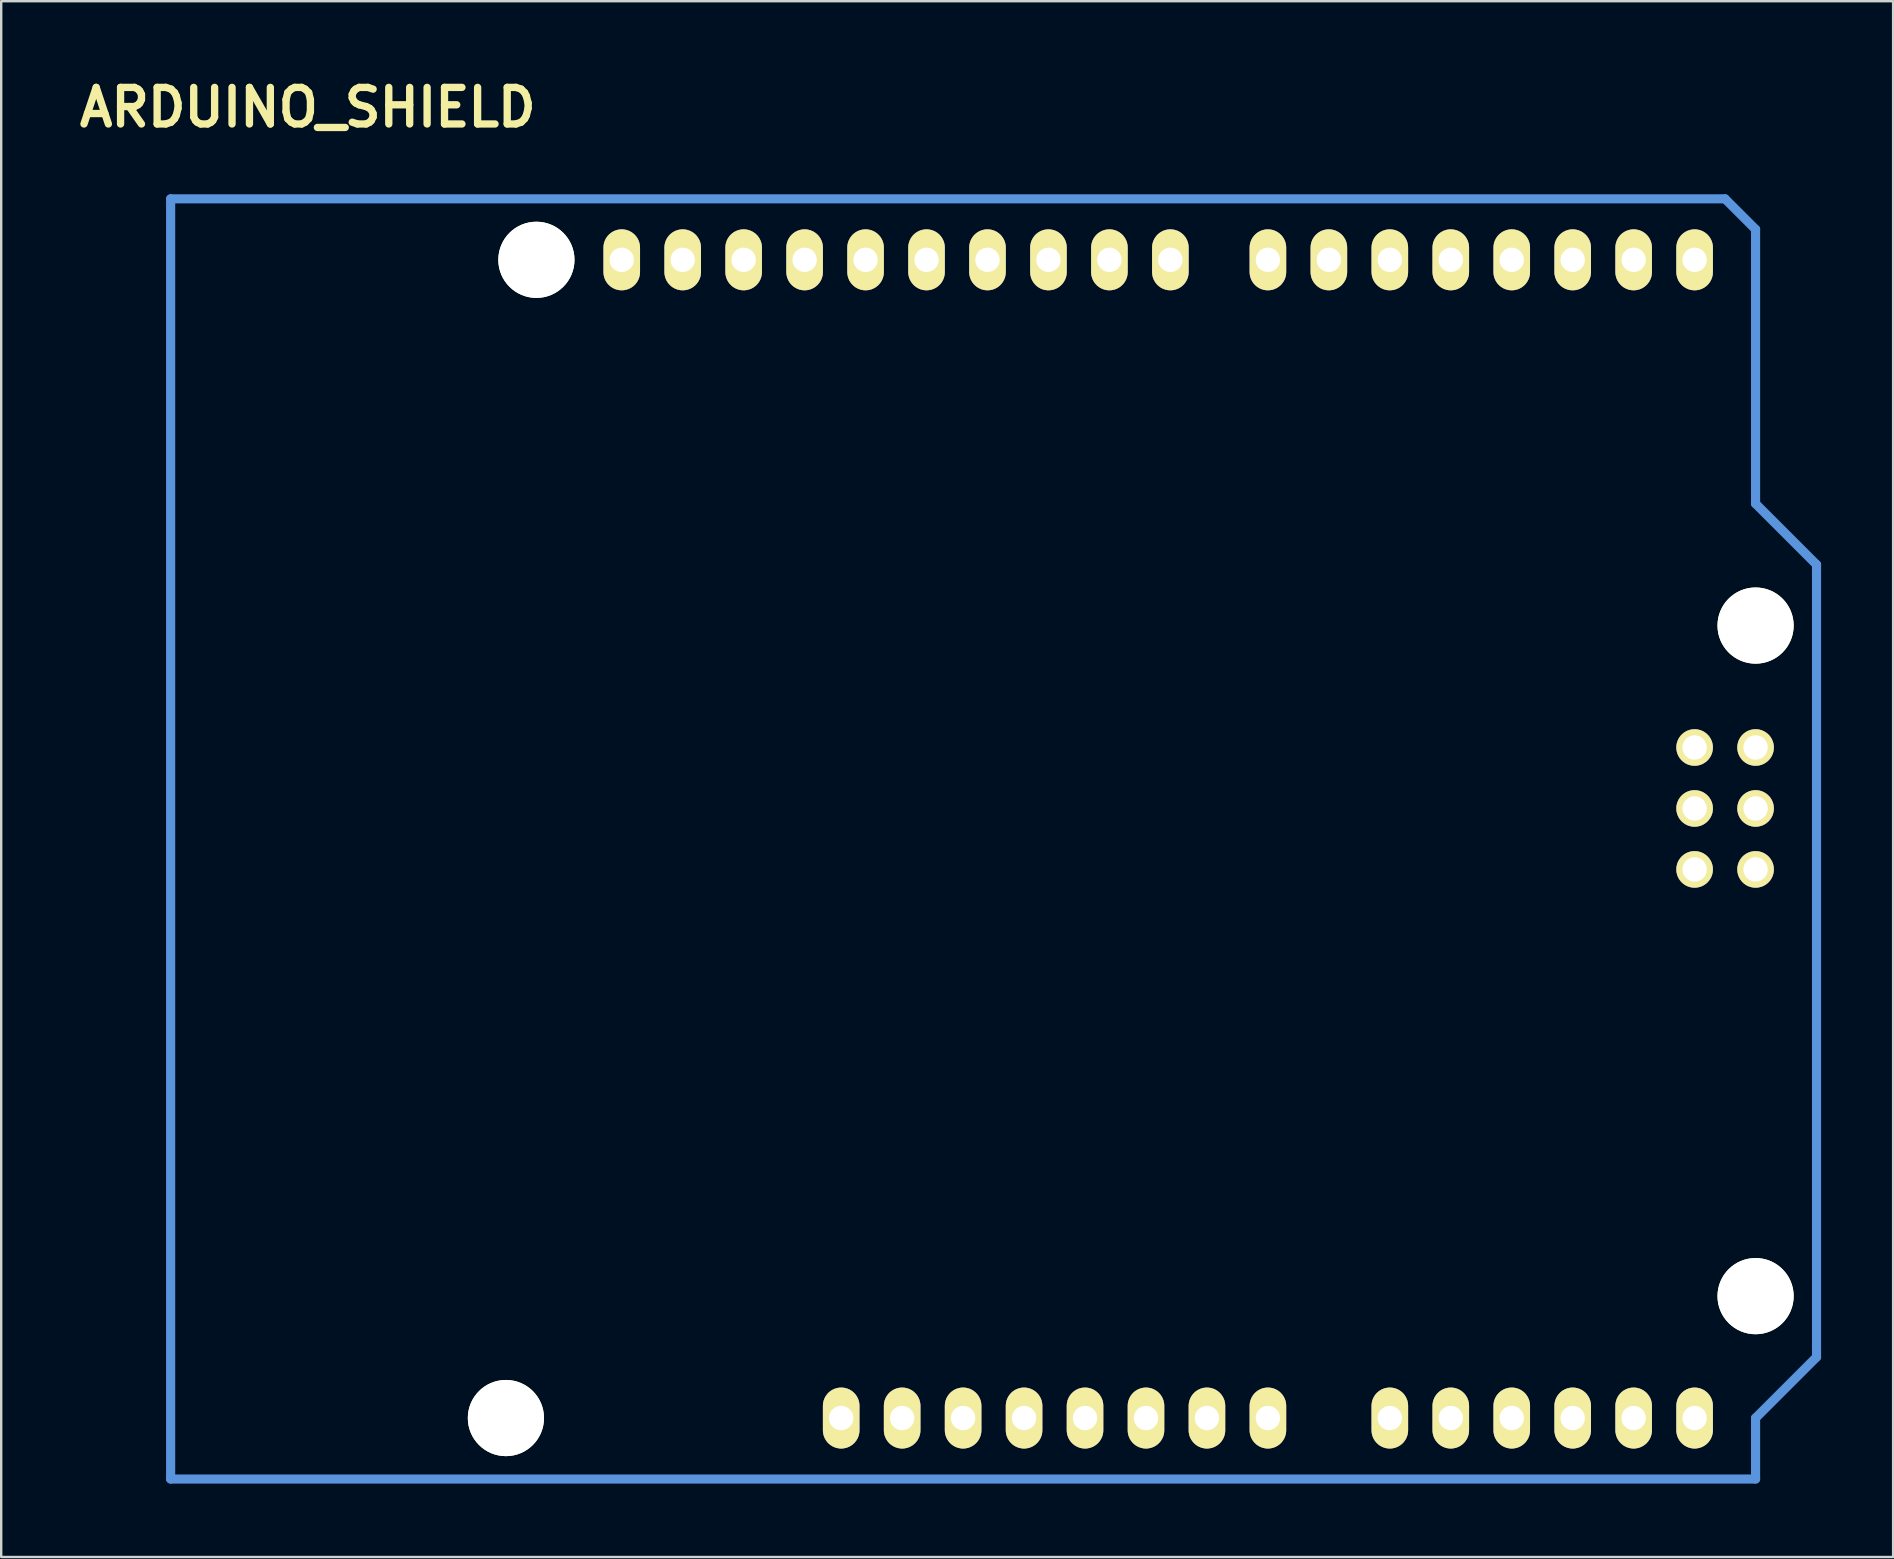
<source format=kicad_pcb>
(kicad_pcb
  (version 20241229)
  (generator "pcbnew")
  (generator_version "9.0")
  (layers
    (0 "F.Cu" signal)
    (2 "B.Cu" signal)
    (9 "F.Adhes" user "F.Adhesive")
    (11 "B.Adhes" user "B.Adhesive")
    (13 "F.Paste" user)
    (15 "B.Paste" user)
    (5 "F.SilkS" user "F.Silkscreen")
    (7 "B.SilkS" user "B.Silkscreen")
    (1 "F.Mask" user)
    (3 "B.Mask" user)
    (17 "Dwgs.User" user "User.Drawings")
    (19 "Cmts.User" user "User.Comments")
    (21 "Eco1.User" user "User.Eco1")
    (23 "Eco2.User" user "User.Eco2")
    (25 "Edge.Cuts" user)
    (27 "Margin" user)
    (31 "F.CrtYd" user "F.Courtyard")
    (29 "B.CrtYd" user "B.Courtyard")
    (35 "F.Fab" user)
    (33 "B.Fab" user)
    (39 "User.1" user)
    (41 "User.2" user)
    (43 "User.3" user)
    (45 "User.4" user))
  (footprint "ARDUINO_SHIELD"
    (layer "F.Cu")
    (at 4.06 58.576)
    (property "Reference" "ARDUINO_SHIELD" (at 5.715 -57.15 0) (layer "F.SilkS") (effects (font (size 1.524 1.524) (thickness 0.305))))
    (attr through_hole)
    (fp_line (start 0 0) (end 0 -53.34) (stroke (width 0.381) (type solid)) (layer "Cmts.User"))
    (fp_line (start 64.77 -53.34) (end 0 -53.34) (stroke (width 0.381) (type solid)) (layer "Cmts.User"))
    (fp_line (start 66.04 -52.07) (end 64.77 -53.34) (stroke (width 0.381) (type solid)) (layer "Cmts.User"))
    (fp_line (start 66.04 -40.64) (end 66.04 -52.07) (stroke (width 0.381) (type solid)) (layer "Cmts.User"))
    (fp_line (start 66.04 -40.64) (end 68.58 -38.1) (stroke (width 0.381) (type solid)) (layer "Cmts.User"))
    (fp_line (start 66.04 -2.54) (end 66.04 0) (stroke (width 0.381) (type solid)) (layer "Cmts.User"))
    (fp_line (start 66.04 0) (end 0 0) (stroke (width 0.381) (type solid)) (layer "Cmts.User"))
    (fp_line (start 68.58 -38.1) (end 68.58 -5.08) (stroke (width 0.381) (type solid)) (layer "Cmts.User"))
    (fp_line (start 68.58 -5.08) (end 66.04 -2.54) (stroke (width 0.381) (type solid)) (layer "Cmts.User"))
    (pad "" np_thru_hole circle (at 13.97 -2.54 90) (size 3.175 3.175) (drill 3.175) (layers "*.Cu" "*.Mask" "F.SilkS"))
    (pad "" np_thru_hole circle (at 15.24 -50.8 90) (size 3.175 3.175) (drill 3.175) (layers "*.Cu" "*.Mask" "F.SilkS"))
    (pad "" np_thru_hole circle (at 66.04 -35.56 90) (size 3.175 3.175) (drill 3.175) (layers "*.Cu" "*.Mask" "F.SilkS"))
    (pad "" np_thru_hole circle (at 66.04 -7.62 90) (size 3.175 3.175) (drill 3.175) (layers "*.Cu" "*.Mask" "F.SilkS"))
    (pad "0" thru_hole oval (at 63.5 -50.8 90) (size 2.54 1.524) (drill 1.016) (layers "*.Cu" "*.Mask" "F.SilkS"))
    (pad "1" thru_hole oval (at 60.96 -50.8 90) (size 2.54 1.524) (drill 1.016) (layers "*.Cu" "*.Mask" "F.SilkS"))
    (pad "2" thru_hole oval (at 58.42 -50.8 90) (size 2.54 1.524) (drill 1.016) (layers "*.Cu" "*.Mask" "F.SilkS"))
    (pad "3" thru_hole oval (at 55.88 -50.8 90) (size 2.54 1.524) (drill 1.016) (layers "*.Cu" "*.Mask" "F.SilkS"))
    (pad "3V3" thru_hole oval (at 35.56 -2.54 90) (size 2.54 1.524) (drill 1.016) (layers "*.Cu" "*.Mask" "F.SilkS"))
    (pad "4" thru_hole oval (at 53.34 -50.8 90) (size 2.54 1.524) (drill 1.016) (layers "*.Cu" "*.Mask" "F.SilkS"))
    (pad "5" thru_hole oval (at 50.8 -50.8 90) (size 2.54 1.524) (drill 1.016) (layers "*.Cu" "*.Mask" "F.SilkS"))
    (pad "5V" thru_hole oval (at 38.1 -2.54 90) (size 2.54 1.524) (drill 1.016) (layers "*.Cu" "*.Mask" "F.SilkS"))
    (pad "6" thru_hole oval (at 48.26 -50.8 90) (size 2.54 1.524) (drill 1.016) (layers "*.Cu" "*.Mask" "F.SilkS"))
    (pad "7" thru_hole oval (at 45.72 -50.8 90) (size 2.54 1.524) (drill 1.016) (layers "*.Cu" "*.Mask" "F.SilkS"))
    (pad "8" thru_hole oval (at 41.656 -50.8 90) (size 2.54 1.524) (drill 1.016) (layers "*.Cu" "*.Mask" "F.SilkS"))
    (pad "9" thru_hole oval (at 39.116 -50.8 90) (size 2.54 1.524) (drill 1.016) (layers "*.Cu" "*.Mask" "F.SilkS"))
    (pad "10" thru_hole oval (at 36.576 -50.8 90) (size 2.54 1.524) (drill 1.016) (layers "*.Cu" "*.Mask" "F.SilkS"))
    (pad "11" thru_hole oval (at 34.036 -50.8 90) (size 2.54 1.524) (drill 1.016) (layers "*.Cu" "*.Mask" "F.SilkS"))
    (pad "12" thru_hole oval (at 31.496 -50.8 90) (size 2.54 1.524) (drill 1.016) (layers "*.Cu" "*.Mask" "F.SilkS"))
    (pad "13" thru_hole oval (at 28.956 -50.8 90) (size 2.54 1.524) (drill 1.016) (layers "*.Cu" "*.Mask" "F.SilkS"))
    (pad "AD0" thru_hole oval (at 50.8 -2.54 90) (size 2.54 1.524) (drill 1.016) (layers "*.Cu" "*.Mask" "F.SilkS"))
    (pad "AD1" thru_hole oval (at 53.34 -2.54 90) (size 2.54 1.524) (drill 1.016) (layers "*.Cu" "*.Mask" "F.SilkS"))
    (pad "AD2" thru_hole oval (at 55.88 -2.54 90) (size 2.54 1.524) (drill 1.016) (layers "*.Cu" "*.Mask" "F.SilkS"))
    (pad "AD3" thru_hole oval (at 58.42 -2.54 90) (size 2.54 1.524) (drill 1.016) (layers "*.Cu" "*.Mask" "F.SilkS"))
    (pad "AD4" thru_hole oval (at 60.96 -2.54 90) (size 2.54 1.524) (drill 1.016) (layers "*.Cu" "*.Mask" "F.SilkS"))
    (pad "AD5" thru_hole oval (at 63.5 -2.54 90) (size 2.54 1.524) (drill 1.016) (layers "*.Cu" "*.Mask" "F.SilkS"))
    (pad "AREF" thru_hole oval (at 23.876 -50.8 90) (size 2.54 1.524) (drill 1.016) (layers "*.Cu" "*.Mask" "F.SilkS"))
    (pad "GND1" thru_hole oval (at 40.64 -2.54 90) (size 2.54 1.524) (drill 1.016) (layers "*.Cu" "*.Mask" "F.SilkS"))
    (pad "GND2" thru_hole oval (at 43.18 -2.54 90) (size 2.54 1.524) (drill 1.016) (layers "*.Cu" "*.Mask" "F.SilkS"))
    (pad "GND3" thru_hole oval (at 26.416 -50.8 90) (size 2.54 1.524) (drill 1.016) (layers "*.Cu" "*.Mask" "F.SilkS"))
    (pad "IO_R" thru_hole oval (at 30.48 -2.54 90) (size 2.54 1.524) (drill 1.016) (layers "*.Cu" "*.Mask" "F.SilkS"))
    (pad "NC" thru_hole oval (at 27.94 -2.54 90) (size 2.54 1.524) (drill 1.016) (layers "*.Cu" "*.Mask" "F.SilkS"))
    (pad "RST" thru_hole oval (at 33.02 -2.54 90) (size 2.54 1.524) (drill 1.016) (layers "*.Cu" "*.Mask" "F.SilkS"))
    (pad "SCL" thru_hole oval (at 18.796 -50.8 90) (size 2.54 1.524) (drill 1.016) (layers "*.Cu" "*.Mask" "F.SilkS"))
    (pad "SDA" thru_hole oval (at 21.336 -50.8 90) (size 2.54 1.524) (drill 1.016) (layers "*.Cu" "*.Mask" "F.SilkS"))
    (pad "SP1" thru_hole circle (at 63.5 -30.48 90) (size 1.524 1.524) (drill 1.016) (layers "*.Cu" "*.Mask" "F.SilkS"))
    (pad "SP2" thru_hole circle (at 66.04 -30.48 90) (size 1.524 1.524) (drill 1.016) (layers "*.Cu" "*.Mask" "F.SilkS"))
    (pad "SP3" thru_hole circle (at 63.5 -27.94 90) (size 1.524 1.524) (drill 1.016) (layers "*.Cu" "*.Mask" "F.SilkS"))
    (pad "SP4" thru_hole circle (at 66.04 -27.94 90) (size 1.524 1.524) (drill 1.016) (layers "*.Cu" "*.Mask" "F.SilkS"))
    (pad "SP5" thru_hole circle (at 63.5 -25.4 90) (size 1.524 1.524) (drill 1.016) (layers "*.Cu" "*.Mask" "F.SilkS"))
    (pad "SP6" thru_hole circle (at 66.04 -25.4 90) (size 1.524 1.524) (drill 1.016) (layers "*.Cu" "*.Mask" "F.SilkS"))
    (pad "V_IN" thru_hole oval (at 45.72 -2.54 90) (size 2.54 1.524) (drill 1.016) (layers "*.Cu" "*.Mask" "F.SilkS")))
  (gr_rect
    (start -3 -3)
    (end 75.831 61.826)
    (stroke (width 0.1) (type default))
    (fill no)
    (layer "Edge.Cuts")))
</source>
